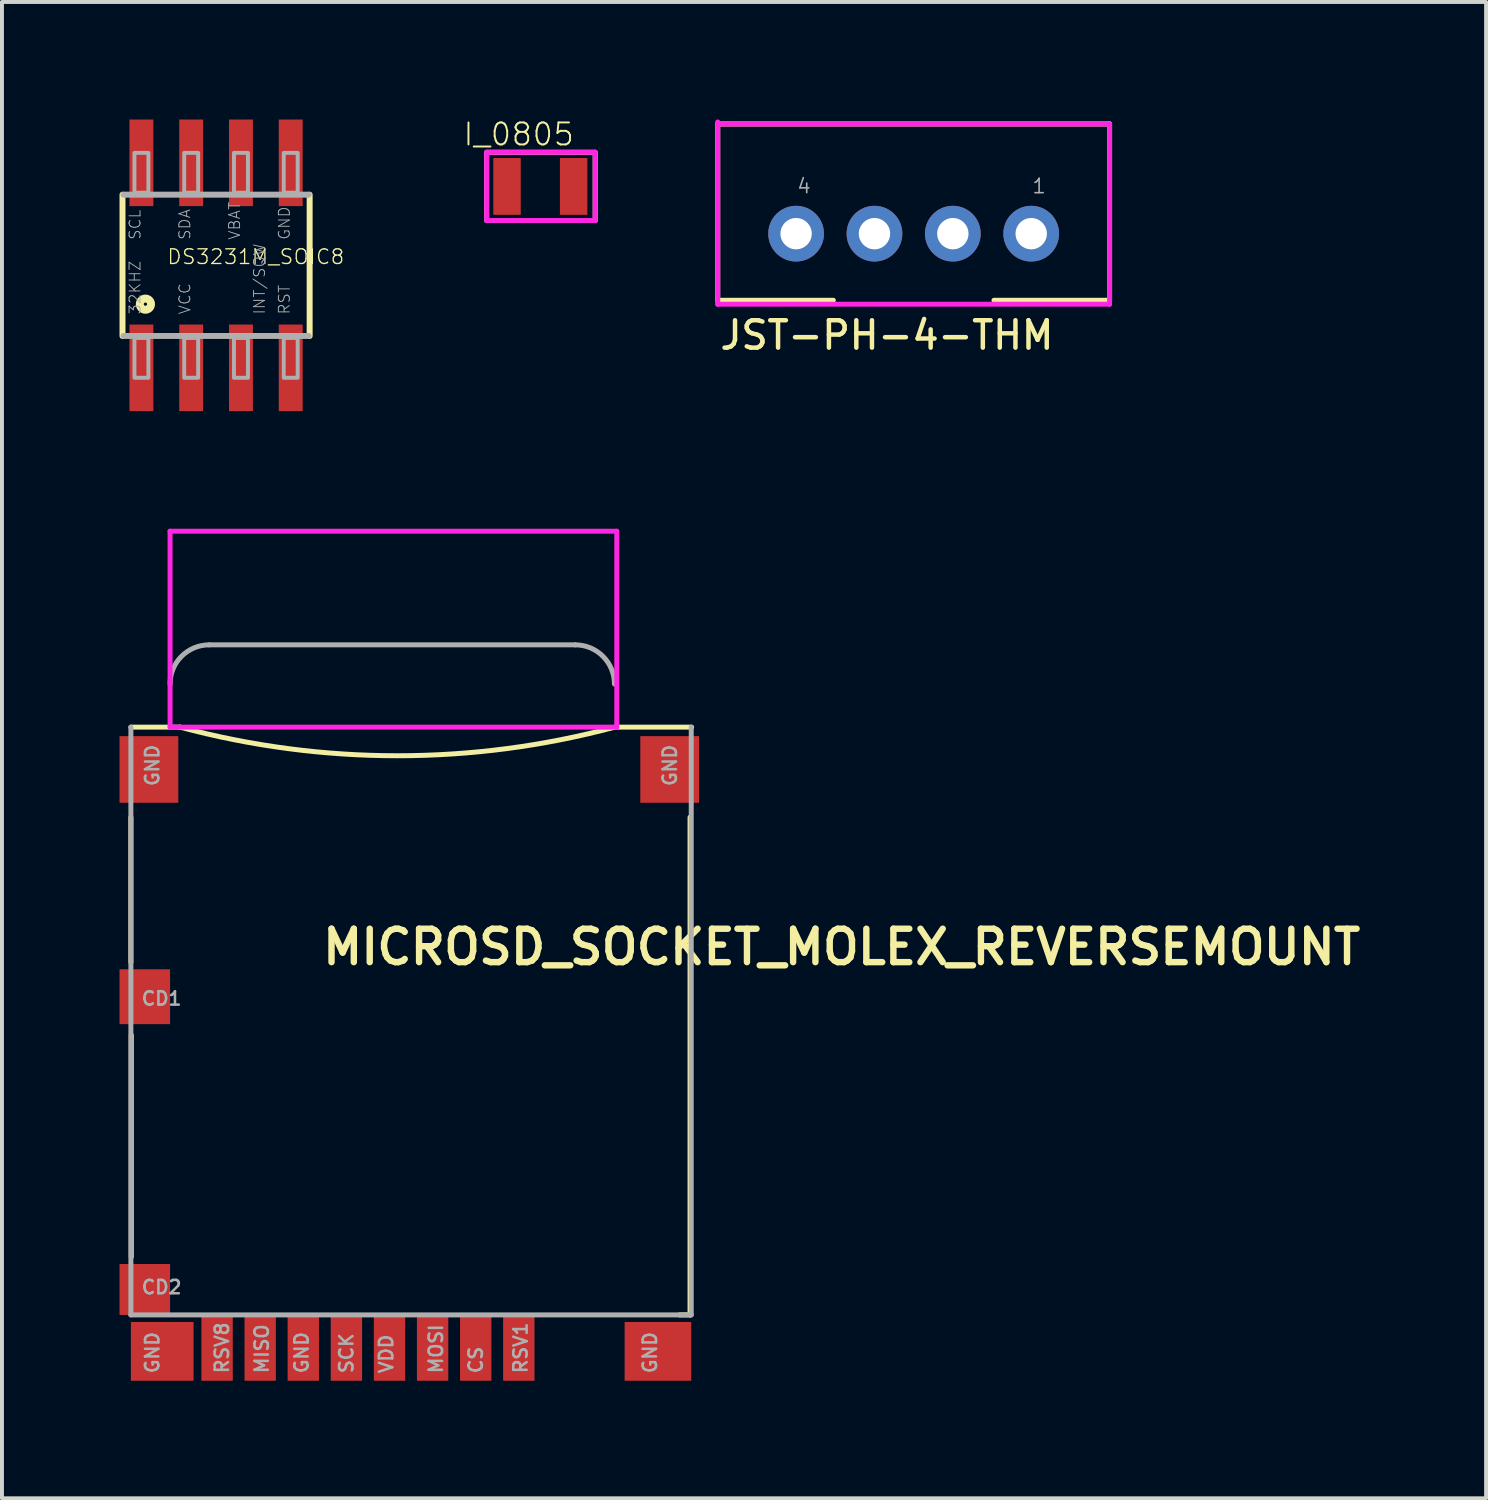
<source format=kicad_pcb>
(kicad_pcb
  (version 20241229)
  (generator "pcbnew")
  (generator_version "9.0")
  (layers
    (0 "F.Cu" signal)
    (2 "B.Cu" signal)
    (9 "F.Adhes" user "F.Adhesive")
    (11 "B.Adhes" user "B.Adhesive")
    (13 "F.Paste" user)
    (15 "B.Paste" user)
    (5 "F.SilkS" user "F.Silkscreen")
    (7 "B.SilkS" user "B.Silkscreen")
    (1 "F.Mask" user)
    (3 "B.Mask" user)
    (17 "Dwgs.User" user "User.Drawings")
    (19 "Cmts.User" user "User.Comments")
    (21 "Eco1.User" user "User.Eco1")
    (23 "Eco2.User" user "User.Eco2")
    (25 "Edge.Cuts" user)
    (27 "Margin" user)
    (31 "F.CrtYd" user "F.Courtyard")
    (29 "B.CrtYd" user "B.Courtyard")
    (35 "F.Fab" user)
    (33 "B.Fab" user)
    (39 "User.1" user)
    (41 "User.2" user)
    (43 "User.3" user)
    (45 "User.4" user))
  (footprint "MICROSD_SOCKET_MOLEX_REVERSEMOUNT"
    (layer "F.Cu")
    (at 1.29 30.506)
    (property "Reference" "MICROSD_SOCKET_MOLEX_REVERSEMOUNT" (at 3.81 -8.89 0) (layer "F.SilkS") (effects (font (size 0.853 0.853) (thickness 0.163)) (justify left bottom)))
    (fp_line (start -1 -15) (end 0.254 -15) (stroke (width 0.127) (type solid)) (layer "F.SilkS"))
    (fp_line (start -1 -9) (end -1 -12.7) (stroke (width 0.127) (type solid)) (layer "F.SilkS"))
    (fp_line (start -0.99 -1.48) (end -0.99 -7.14) (stroke (width 0.127) (type solid)) (layer "F.SilkS"))
    (fp_line (start 11.38 -15) (end 13.31 -15) (stroke (width 0.127) (type solid)) (layer "F.SilkS"))
    (fp_line (start 13 0) (end 13.27 0) (stroke (width 0.127) (type solid)) (layer "F.SilkS"))
    (fp_line (start 13.27 0) (end 13.27 -12.7) (stroke (width 0.127) (type solid)) (layer "F.SilkS"))
    (fp_arc (start 11.35 -15) (mid 5.802 -14.269592) (end 0.254 -15) (stroke (width 0.127) (type solid)) (layer "F.SilkS"))
    (fp_line (start 0 -20) (end 11.4 -20) (stroke (width 0.127) (type solid)) (layer "F.CrtYd"))
    (fp_line (start 0 -15) (end 0 -20) (stroke (width 0.127) (type solid)) (layer "F.CrtYd"))
    (fp_line (start 11.4 -20) (end 11.4 -15) (stroke (width 0.127) (type solid)) (layer "F.CrtYd"))
    (fp_line (start 11.4 -15) (end 0 -15) (stroke (width 0.127) (type solid)) (layer "F.CrtYd"))
    (fp_line (start -1 0) (end -1 -15) (stroke (width 0.127) (type solid)) (layer "F.Fab"))
    (fp_line (start -1 0) (end 13.3 0) (stroke (width 0.127) (type solid)) (layer "F.Fab"))
    (fp_line (start 1 -17.1) (end 10.34 -17.1) (stroke (width 0.127) (type solid)) (layer "F.Fab"))
    (fp_line (start 13.3 0) (end 13.3 -15) (stroke (width 0.127) (type solid)) (layer "F.Fab"))
    (fp_arc (start 0 -16.1) (mid 0.292893 -16.807107) (end 1 -17.1) (stroke (width 0.127) (type solid)) (layer "F.Fab"))
    (fp_arc (start 10.34 -17.1) (mid 11.047107 -16.807107) (end 11.34 -16.1) (stroke (width 0.127) (type solid)) (layer "F.Fab"))
    (fp_text user "SCK" (at 4.699 1.524 90) (layer "F.Fab") (effects (font (size 0.341 0.341) (thickness 0.065)) (justify left bottom)))
    (fp_text user "GND" (at 12.446 1.524 90) (layer "F.Fab") (effects (font (size 0.341 0.341) (thickness 0.065)) (justify left bottom)))
    (fp_text user "GND" (at -0.254 -13.462 90) (layer "F.Fab") (effects (font (size 0.341 0.341) (thickness 0.065)) (justify left bottom)))
    (fp_text user "GND" (at -0.254 1.524 90) (layer "F.Fab") (effects (font (size 0.341 0.341) (thickness 0.065)) (justify left bottom)))
    (fp_text user "CD2" (at -0.762 -0.508 0) (layer "F.Fab") (effects (font (size 0.341 0.341) (thickness 0.065)) (justify left bottom)))
    (fp_text user "CS" (at 8.001 1.524 90) (layer "F.Fab") (effects (font (size 0.341 0.341) (thickness 0.065)) (justify left bottom)))
    (fp_text user "MOSI" (at 6.985 1.524 90) (layer "F.Fab") (effects (font (size 0.341 0.341) (thickness 0.065)) (justify left bottom)))
    (fp_text user "RSV1" (at 9.144 1.524 90) (layer "F.Fab") (effects (font (size 0.341 0.341) (thickness 0.065)) (justify left bottom)))
    (fp_text user "VDD" (at 5.715 1.524 90) (layer "F.Fab") (effects (font (size 0.341 0.341) (thickness 0.065)) (justify left bottom)))
    (fp_text user "GND" (at 3.556 1.524 90) (layer "F.Fab") (effects (font (size 0.341 0.341) (thickness 0.065)) (justify left bottom)))
    (fp_text user "GND" (at 12.954 -13.462 90) (layer "F.Fab") (effects (font (size 0.341 0.341) (thickness 0.065)) (justify left bottom)))
    (fp_text user "CD1" (at -0.762 -7.874 0) (layer "F.Fab") (effects (font (size 0.341 0.341) (thickness 0.065)) (justify left bottom)))
    (fp_text user "RSV8" (at 1.524 1.524 90) (layer "F.Fab") (effects (font (size 0.341 0.341) (thickness 0.065)) (justify left bottom)))
    (fp_text user "MISO" (at 2.54 1.524 90) (layer "F.Fab") (effects (font (size 0.341 0.341) (thickness 0.065)) (justify left bottom)))
    (pad "CARD_DETECT1" smd rect (at -0.645 -8.12) (size 1.29 1.4) (layers "F.Cu" "F.Mask" "F.Paste"))
    (pad "CARD_DETECT2" smd rect (at -0.645 -0.65) (size 1.29 1.3) (layers "F.Cu" "F.Mask" "F.Paste"))
    (pad "CS2" smd rect (at 7.8 0.84) (size 0.8 1.68) (layers "F.Cu" "F.Mask" "F.Paste"))
    (pad "GND6" smd rect (at 3.4 0.84) (size 0.8 1.68) (layers "F.Cu" "F.Mask" "F.Paste"))
    (pad "MISO7" smd rect (at 2.3 0.84) (size 0.8 1.68) (layers "F.Cu" "F.Mask" "F.Paste"))
    (pad "MNT1" smd rect (at -0.2 0.93 180) (size 1.6 1.5) (layers "F.Cu" "F.Mask" "F.Paste"))
    (pad "MNT2" smd rect (at 12.45 0.93) (size 1.7 1.5) (layers "F.Cu" "F.Mask" "F.Paste"))
    (pad "MNT3" smd rect (at -0.54 -13.92) (size 1.5 1.7) (layers "F.Cu" "F.Mask" "F.Paste"))
    (pad "MNT4" smd rect (at 12.75 -13.92) (size 1.5 1.7) (layers "F.Cu" "F.Mask" "F.Paste"))
    (pad "MOSI3" smd rect (at 6.7 0.84) (size 0.8 1.68) (layers "F.Cu" "F.Mask" "F.Paste"))
    (pad "NC1" smd rect (at 8.9 0.84) (size 0.8 1.68) (layers "F.Cu" "F.Mask" "F.Paste"))
    (pad "RES8" smd rect (at 1.2 0.84) (size 0.8 1.68) (layers "F.Cu" "F.Mask" "F.Paste"))
    (pad "SCK5" smd rect (at 4.5 0.84) (size 0.8 1.68) (layers "F.Cu" "F.Mask" "F.Paste"))
    (pad "VDD4" smd rect (at 5.6 0.84) (size 0.8 1.68) (layers "F.Cu" "F.Mask" "F.Paste")))
  (footprint "DS3231M_SOIC8"
    (layer "F.Cu")
    (at 2.464 3.721)
    (property "Reference" "DS3231M_SOIC8" (at -1.27 0 0) (layer "F.SilkS") (effects (font (size 0.374 0.374) (thickness 0.033)) (justify left bottom)))
    (fp_line (start -2.388 -1.803) (end -2.388 1.803) (stroke (width 0.152) (type solid)) (layer "F.SilkS"))
    (fp_line (start 2.388 1.803) (end 2.388 -1.803) (stroke (width 0.152) (type solid)) (layer "F.SilkS"))
    (fp_circle (center -1.803 0.991) (end -1.66 0.991) (stroke (width 0.203) (type solid)) (fill no) (layer "F.SilkS"))
    (fp_line (start -2.362 1.803) (end 2.362 1.803) (stroke (width 0.152) (type solid)) (layer "F.Fab"))
    (fp_line (start 2.362 -1.803) (end -2.362 -1.803) (stroke (width 0.152) (type solid)) (layer "F.Fab"))
    (fp_poly (pts (xy -2.083 -1.854) (xy -1.727 -1.854) (xy -1.727 -2.87) (xy -2.083 -2.87)) (stroke (width 0.1) (type solid)) (fill no) (layer "F.Fab"))
    (fp_poly (pts (xy -2.083 2.87) (xy -1.727 2.87) (xy -1.727 1.854) (xy -2.083 1.854)) (stroke (width 0.1) (type solid)) (fill no) (layer "F.Fab"))
    (fp_poly (pts (xy -0.813 -1.854) (xy -0.457 -1.854) (xy -0.457 -2.87) (xy -0.813 -2.87)) (stroke (width 0.1) (type solid)) (fill no) (layer "F.Fab"))
    (fp_poly (pts (xy -0.813 2.87) (xy -0.457 2.87) (xy -0.457 1.854) (xy -0.813 1.854)) (stroke (width 0.1) (type solid)) (fill no) (layer "F.Fab"))
    (fp_poly (pts (xy 0.457 -1.854) (xy 0.813 -1.854) (xy 0.813 -2.87) (xy 0.457 -2.87)) (stroke (width 0.1) (type solid)) (fill no) (layer "F.Fab"))
    (fp_poly (pts (xy 0.457 2.87) (xy 0.813 2.87) (xy 0.813 1.854) (xy 0.457 1.854)) (stroke (width 0.1) (type solid)) (fill no) (layer "F.Fab"))
    (fp_poly (pts (xy 1.727 -1.854) (xy 2.083 -1.854) (xy 2.083 -2.87) (xy 1.727 -2.87)) (stroke (width 0.1) (type solid)) (fill no) (layer "F.Fab"))
    (fp_poly (pts (xy 1.727 2.87) (xy 2.083 2.87) (xy 2.083 1.854) (xy 1.727 1.854)) (stroke (width 0.1) (type solid)) (fill no) (layer "F.Fab"))
    (fp_text user "SCL" (at -1.905 -0.635 90) (layer "F.Fab") (effects (font (size 0.28 0.28) (thickness 0.024)) (justify left bottom)))
    (fp_text user "32KHZ" (at -1.905 1.27 90) (layer "F.Fab") (effects (font (size 0.28 0.28) (thickness 0.024)) (justify left bottom)))
    (fp_text user "RST" (at 1.905 1.27 90) (layer "F.Fab") (effects (font (size 0.28 0.28) (thickness 0.024)) (justify left bottom)))
    (fp_text user "VBAT" (at 0.635 -0.635 90) (layer "F.Fab") (effects (font (size 0.28 0.28) (thickness 0.024)) (justify left bottom)))
    (fp_text user "VCC" (at -0.635 1.27 90) (layer "F.Fab") (effects (font (size 0.28 0.28) (thickness 0.024)) (justify left bottom)))
    (fp_text user "SDA" (at -0.635 -0.635 90) (layer "F.Fab") (effects (font (size 0.28 0.28) (thickness 0.024)) (justify left bottom)))
    (fp_text user "GND" (at 1.905 -0.635 90) (layer "F.Fab") (effects (font (size 0.28 0.28) (thickness 0.024)) (justify left bottom)))
    (fp_text user "INT/SQW" (at 1.27 1.27 90) (layer "F.Fab") (effects (font (size 0.28 0.28) (thickness 0.024)) (justify left bottom)))
    (pad "1" smd rect (at -1.905 2.616) (size 0.61 2.21) (layers "F.Cu" "F.Mask" "F.Paste"))
    (pad "2" smd rect (at -0.635 2.616) (size 0.61 2.21) (layers "F.Cu" "F.Mask" "F.Paste"))
    (pad "3" smd rect (at 0.635 2.616) (size 0.61 2.21) (layers "F.Cu" "F.Mask" "F.Paste"))
    (pad "4" smd rect (at 1.905 2.616) (size 0.61 2.21) (layers "F.Cu" "F.Mask" "F.Paste"))
    (pad "5" smd rect (at 1.905 -2.616) (size 0.61 2.21) (layers "F.Cu" "F.Mask" "F.Paste"))
    (pad "6" smd rect (at 0.635 -2.616) (size 0.61 2.21) (layers "F.Cu" "F.Mask" "F.Paste"))
    (pad "7" smd rect (at -0.635 -2.616) (size 0.61 2.21) (layers "F.Cu" "F.Mask" "F.Paste"))
    (pad "8" smd rect (at -1.905 -2.616) (size 0.61 2.21) (layers "F.Cu" "F.Mask" "F.Paste")))
  (footprint "JST-PH-4-THM"
    (layer "F.Cu")
    (at 20.266 2.913)
    (property "Reference" "JST-PH-4-THM" (at -5 3 0) (layer "F.SilkS") (effects (font (size 0.699 0.699) (thickness 0.114)) (justify left bottom)))
    (fp_line (start -5 -2.8) (end 5 -2.8) (stroke (width 0.127) (type solid)) (layer "F.SilkS"))
    (fp_line (start -5 1.7) (end -5 -2.8) (stroke (width 0.127) (type solid)) (layer "F.SilkS"))
    (fp_line (start -2.05 1.7) (end -5 1.7) (stroke (width 0.127) (type solid)) (layer "F.SilkS"))
    (fp_line (start 5 -2.8) (end 5 1.7) (stroke (width 0.127) (type solid)) (layer "F.SilkS"))
    (fp_line (start 5 1.7) (end 2.05 1.7) (stroke (width 0.127) (type solid)) (layer "F.SilkS"))
    (fp_line (start -5 -2.8) (end 5 -2.8) (stroke (width 0.127) (type solid)) (layer "F.CrtYd"))
    (fp_line (start -5 1.8) (end -5 -2.85) (stroke (width 0.127) (type solid)) (layer "F.CrtYd"))
    (fp_line (start 5 -2.8) (end 5 1.8) (stroke (width 0.127) (type solid)) (layer "F.CrtYd"))
    (fp_line (start 5 1.8) (end -5 1.8) (stroke (width 0.127) (type solid)) (layer "F.CrtYd"))
    (fp_text user "1" (at 3 -1 0) (layer "F.Fab") (effects (font (size 0.366 0.366) (thickness 0.041)) (justify left bottom)))
    (fp_text user "4" (at -3 -1 0) (layer "F.Fab") (effects (font (size 0.366 0.366) (thickness 0.041)) (justify left bottom)))
    (pad "1" thru_hole circle (at 3 0 180) (size 1.422 1.422) (drill 0.8) (layers "*.Cu" "*.Mask"))
    (pad "2" thru_hole circle (at 1 0 180) (size 1.422 1.422) (drill 0.8) (layers "*.Cu" "*.Mask"))
    (pad "3" thru_hole circle (at -1 0 180) (size 1.422 1.422) (drill 0.8) (layers "*.Cu" "*.Mask"))
    (pad "4" thru_hole circle (at -3 0 180) (size 1.422 1.422) (drill 0.8) (layers "*.Cu" "*.Mask")))
  (footprint "I_0805"
    (layer "F.Cu")
    (at 10.739 1.707)
    (property "Reference" "I_0805" (at -2 -1 0) (layer "F.SilkS") (effects (font (size 0.561 0.561) (thickness 0.049)) (justify left bottom)))
    (fp_line (start -1.37 0.87) (end -1.37 -0.87) (stroke (width 0.127) (type solid)) (layer "F.SilkS"))
    (fp_line (start -1.36 -0.87) (end 1.4 -0.87) (stroke (width 0.127) (type solid)) (layer "F.SilkS"))
    (fp_line (start 1.4 -0.87) (end 1.4 0.87) (stroke (width 0.127) (type solid)) (layer "F.SilkS"))
    (fp_line (start 1.4 0.87) (end -1.37 0.87) (stroke (width 0.127) (type solid)) (layer "F.SilkS"))
    (fp_line (start -1.37 -0.87) (end 1.4 -0.87) (stroke (width 0.127) (type solid)) (layer "F.CrtYd"))
    (fp_line (start -1.37 0.87) (end -1.37 -0.87) (stroke (width 0.127) (type solid)) (layer "F.CrtYd"))
    (fp_line (start 1.4 -0.87) (end 1.4 0.87) (stroke (width 0.127) (type solid)) (layer "F.CrtYd"))
    (fp_line (start 1.4 0.87) (end -1.37 0.87) (stroke (width 0.127) (type solid)) (layer "F.CrtYd"))
    (pad "P$1" smd rect (at -0.85 0) (size 0.7 1.45) (layers "F.Cu" "F.Mask" "F.Paste"))
    (pad "P$2" smd rect (at 0.85 0) (size 0.7 1.45) (layers "F.Cu" "F.Mask" "F.Paste")))
  (gr_rect
    (start -3 -3)
    (end 34.874 35.186)
    (stroke (width 0.1) (type default))
    (fill no)
    (layer "Edge.Cuts")))
</source>
